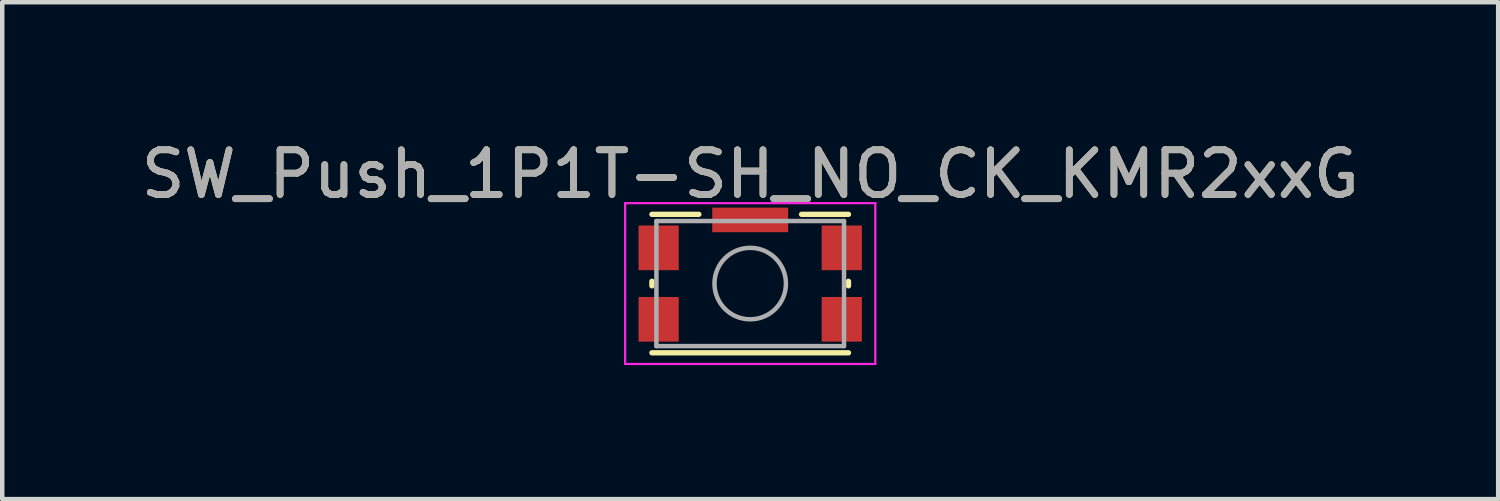
<source format=kicad_pcb>
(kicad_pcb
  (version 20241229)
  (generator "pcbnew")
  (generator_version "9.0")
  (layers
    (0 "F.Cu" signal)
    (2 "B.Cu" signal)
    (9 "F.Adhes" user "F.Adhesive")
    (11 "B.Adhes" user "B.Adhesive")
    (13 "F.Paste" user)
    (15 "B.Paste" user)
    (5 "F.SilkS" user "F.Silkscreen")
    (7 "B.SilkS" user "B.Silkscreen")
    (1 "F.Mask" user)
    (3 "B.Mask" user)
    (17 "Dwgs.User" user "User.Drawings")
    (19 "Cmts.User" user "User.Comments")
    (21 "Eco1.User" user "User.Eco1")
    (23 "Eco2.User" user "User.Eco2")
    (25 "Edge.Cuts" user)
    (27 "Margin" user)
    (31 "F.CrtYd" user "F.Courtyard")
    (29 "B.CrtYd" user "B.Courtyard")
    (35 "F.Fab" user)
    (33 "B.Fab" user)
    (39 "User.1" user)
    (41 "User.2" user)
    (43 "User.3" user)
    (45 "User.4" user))
  (footprint "SW_Push_1P1T-SH_NO_CK_KMR2xxG"
    (layer "F.Cu")
    (at 13.744 3.298)
    (property "Reference" "SW_Push_1P1T-SH_NO_CK_KMR2xxG" (at 0 -2.45 0) (layer "F.SilkS") (effects (font (size 1 1) (thickness 0.15))))
    (attr smd)
    (fp_line (start -2.2 0.05) (end -2.2 -0.05) (stroke (width 0.12) (type solid)) (layer "F.SilkS"))
    (fp_line (start -2.2 1.55) (end 2.2 1.55) (stroke (width 0.12) (type solid)) (layer "F.SilkS"))
    (fp_line (start -1.15 -1.55) (end -2.2 -1.55) (stroke (width 0.12) (type solid)) (layer "F.SilkS"))
    (fp_line (start 2.2 -1.55) (end 1.15 -1.55) (stroke (width 0.12) (type solid)) (layer "F.SilkS"))
    (fp_line (start 2.2 0.05) (end 2.2 -0.05) (stroke (width 0.12) (type solid)) (layer "F.SilkS"))
    (fp_line (start -2.8 -1.8) (end 2.8 -1.8) (stroke (width 0.05) (type solid)) (layer "F.CrtYd"))
    (fp_line (start -2.8 1.8) (end -2.8 -1.8) (stroke (width 0.05) (type solid)) (layer "F.CrtYd"))
    (fp_line (start 2.8 -1.8) (end 2.8 1.8) (stroke (width 0.05) (type solid)) (layer "F.CrtYd"))
    (fp_line (start 2.8 1.8) (end -2.8 1.8) (stroke (width 0.05) (type solid)) (layer "F.CrtYd"))
    (fp_line (start -2.1 -1.4) (end 2.1 -1.4) (stroke (width 0.1) (type solid)) (layer "F.Fab"))
    (fp_line (start -2.1 1.4) (end -2.1 -1.4) (stroke (width 0.1) (type solid)) (layer "F.Fab"))
    (fp_line (start 2.1 -1.4) (end 2.1 1.4) (stroke (width 0.1) (type solid)) (layer "F.Fab"))
    (fp_line (start 2.1 1.4) (end -2.1 1.4) (stroke (width 0.1) (type solid)) (layer "F.Fab"))
    (fp_circle (center 0 0) (end 0 0.8) (stroke (width 0.1) (type solid)) (fill no) (layer "F.Fab"))
    (fp_text user "${REFERENCE}" (at 0 -2.45 0) (layer "F.Fab") (effects (font (size 1 1) (thickness 0.15))))
    (pad "1" smd rect (at -2.05 -0.8) (size 0.9 1) (layers "F.Cu" "F.Mask" "F.Paste"))
    (pad "1" smd rect (at 2.05 -0.8) (size 0.9 1) (layers "F.Cu" "F.Mask" "F.Paste"))
    (pad "2" smd rect (at -2.05 0.8) (size 0.9 1) (layers "F.Cu" "F.Mask" "F.Paste"))
    (pad "2" smd rect (at 2.05 0.8) (size 0.9 1) (layers "F.Cu" "F.Mask" "F.Paste"))
    (pad "SH" smd rect (at 0 -1.425) (size 1.7 0.55) (layers "F.Cu" "F.Mask" "F.Paste")))
  (gr_rect
    (start -3 -3)
    (end 30.488 8.123)
    (stroke (width 0.1) (type default))
    (fill no)
    (layer "Edge.Cuts")))
</source>
